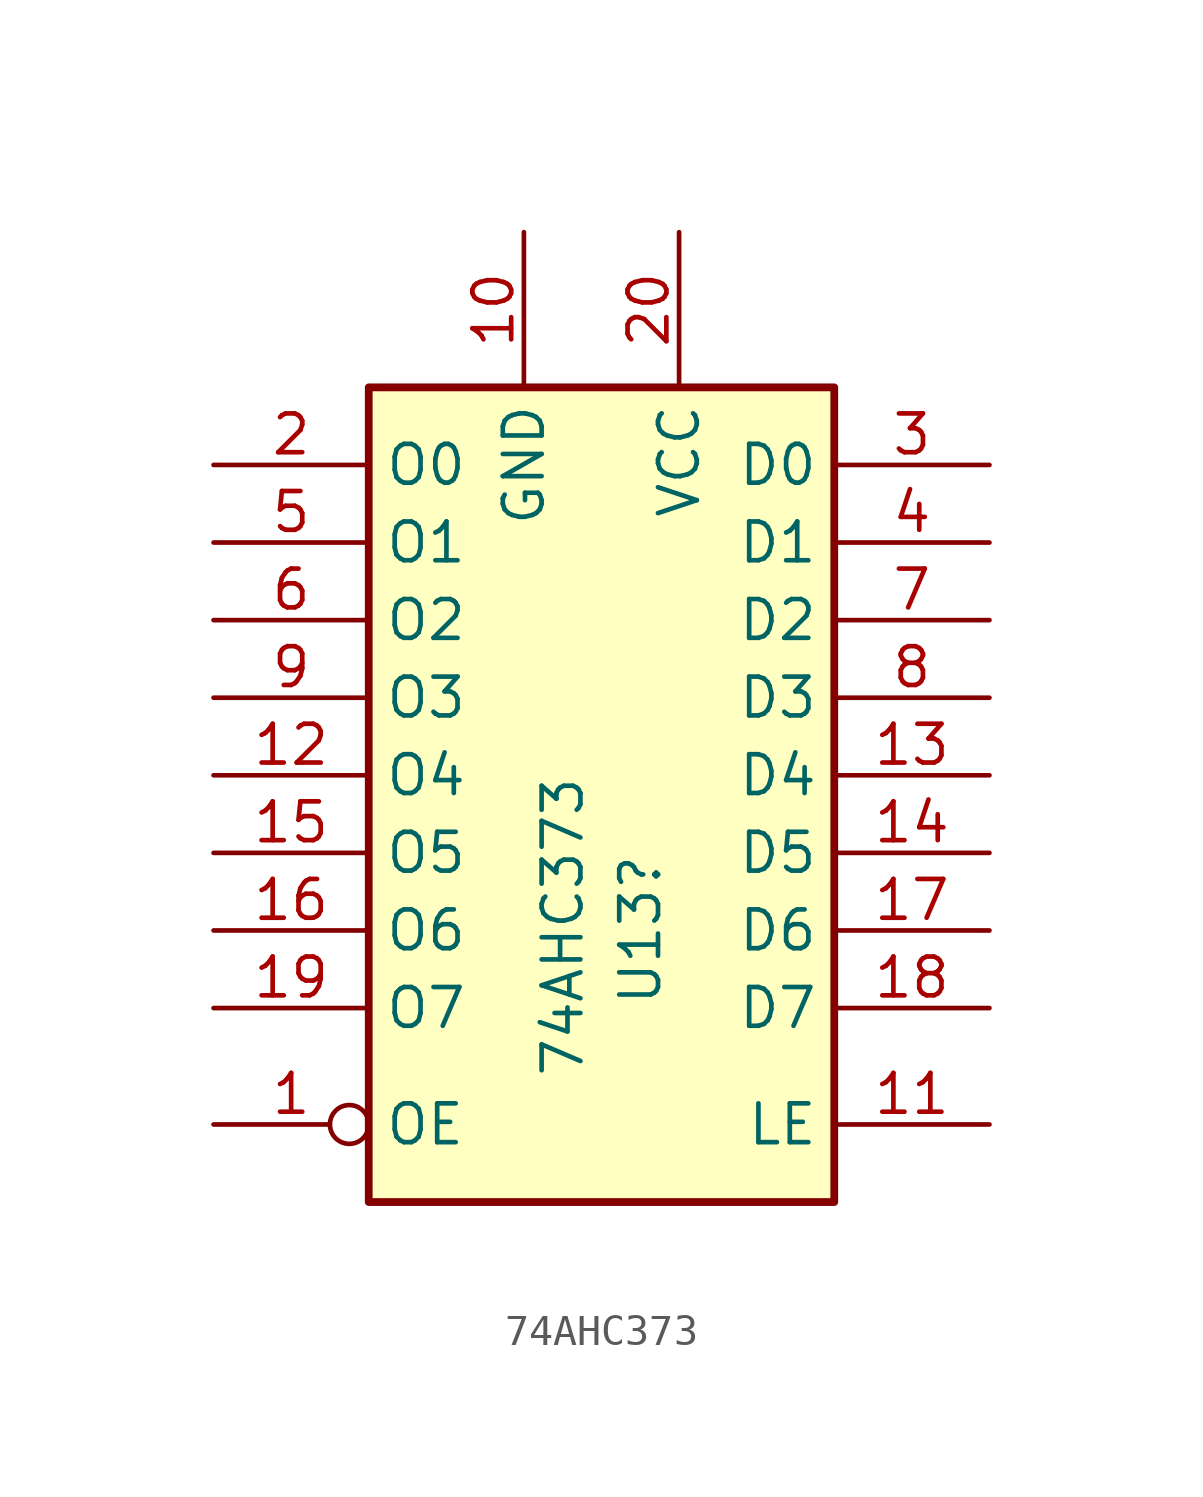
<source format=kicad_sym>
(kicad_symbol_lib
  (version 20231120)
  (generator "kicad_symbol_editor")
  (generator_version "8.0")
  (symbol "74AHC373"
    (property "Reference" "U13"
      (at 1.27 0 90)
      (effects (font (size 1.27 1.27)) (justify right)))
    (property "Value" "74AHC373"
      (at -1.27 2.54 90)
      (effects (font (size 1.27 1.27)) (justify right)))
    (symbol "74AHC373_1_0"
      (pin input inverted (at -12.7 -8.89 0) (length 5.08) (name "OE" (effects (font (size 1.27 1.27)))) (number "1" (effects (font (size 1.27 1.27)))))
      (pin power_in line (at -2.54 20.32 270) (length 5.08) (name "GND" (effects (font (size 1.27 1.27)))) (number "10" (effects (font (size 1.27 1.27)))))
      (pin input line (at 12.7 -8.89 180) (length 5.08) (name "LE" (effects (font (size 1.27 1.27)))) (number "11" (effects (font (size 1.27 1.27)))))
      (pin tri_state line (at -12.7 2.54 0) (length 5.08) (name "O4" (effects (font (size 1.27 1.27)))) (number "12" (effects (font (size 1.27 1.27)))))
      (pin input line (at 12.7 2.54 180) (length 5.08) (name "D4" (effects (font (size 1.27 1.27)))) (number "13" (effects (font (size 1.27 1.27)))))
      (pin input line (at 12.7 0 180) (length 5.08) (name "D5" (effects (font (size 1.27 1.27)))) (number "14" (effects (font (size 1.27 1.27)))))
      (pin tri_state line (at -12.7 0 0) (length 5.08) (name "O5" (effects (font (size 1.27 1.27)))) (number "15" (effects (font (size 1.27 1.27)))))
      (pin tri_state line (at -12.7 -2.54 0) (length 5.08) (name "O6" (effects (font (size 1.27 1.27)))) (number "16" (effects (font (size 1.27 1.27)))))
      (pin input line (at 12.7 -2.54 180) (length 5.08) (name "D6" (effects (font (size 1.27 1.27)))) (number "17" (effects (font (size 1.27 1.27)))))
      (pin input line (at 12.7 -5.08 180) (length 5.08) (name "D7" (effects (font (size 1.27 1.27)))) (number "18" (effects (font (size 1.27 1.27)))))
      (pin tri_state line (at -12.7 -5.08 0) (length 5.08) (name "O7" (effects (font (size 1.27 1.27)))) (number "19" (effects (font (size 1.27 1.27)))))
      (pin tri_state line (at -12.7 12.7 0) (length 5.08) (name "O0" (effects (font (size 1.27 1.27)))) (number "2" (effects (font (size 1.27 1.27)))))
      (pin power_in line (at 2.54 20.32 270) (length 5.08) (name "VCC" (effects (font (size 1.27 1.27)))) (number "20" (effects (font (size 1.27 1.27)))))
      (pin input line (at 12.7 12.7 180) (length 5.08) (name "D0" (effects (font (size 1.27 1.27)))) (number "3" (effects (font (size 1.27 1.27)))))
      (pin input line (at 12.7 10.16 180) (length 5.08) (name "D1" (effects (font (size 1.27 1.27)))) (number "4" (effects (font (size 1.27 1.27)))))
      (pin tri_state line (at -12.7 10.16 0) (length 5.08) (name "O1" (effects (font (size 1.27 1.27)))) (number "5" (effects (font (size 1.27 1.27)))))
      (pin tri_state line (at -12.7 7.62 0) (length 5.08) (name "O2" (effects (font (size 1.27 1.27)))) (number "6" (effects (font (size 1.27 1.27)))))
      (pin input line (at 12.7 7.62 180) (length 5.08) (name "D2" (effects (font (size 1.27 1.27)))) (number "7" (effects (font (size 1.27 1.27)))))
      (pin input line (at 12.7 5.08 180) (length 5.08) (name "D3" (effects (font (size 1.27 1.27)))) (number "8" (effects (font (size 1.27 1.27)))))
      (pin tri_state line (at -12.7 5.08 0) (length 5.08) (name "O3" (effects (font (size 1.27 1.27)))) (number "9" (effects (font (size 1.27 1.27))))))
    (symbol "74AHC373_1_1"
      (rectangle (start -7.62 15.24) (end 7.62 -11.43) (stroke (width 0.254) (type solid)) (fill (type background))))))
</source>
